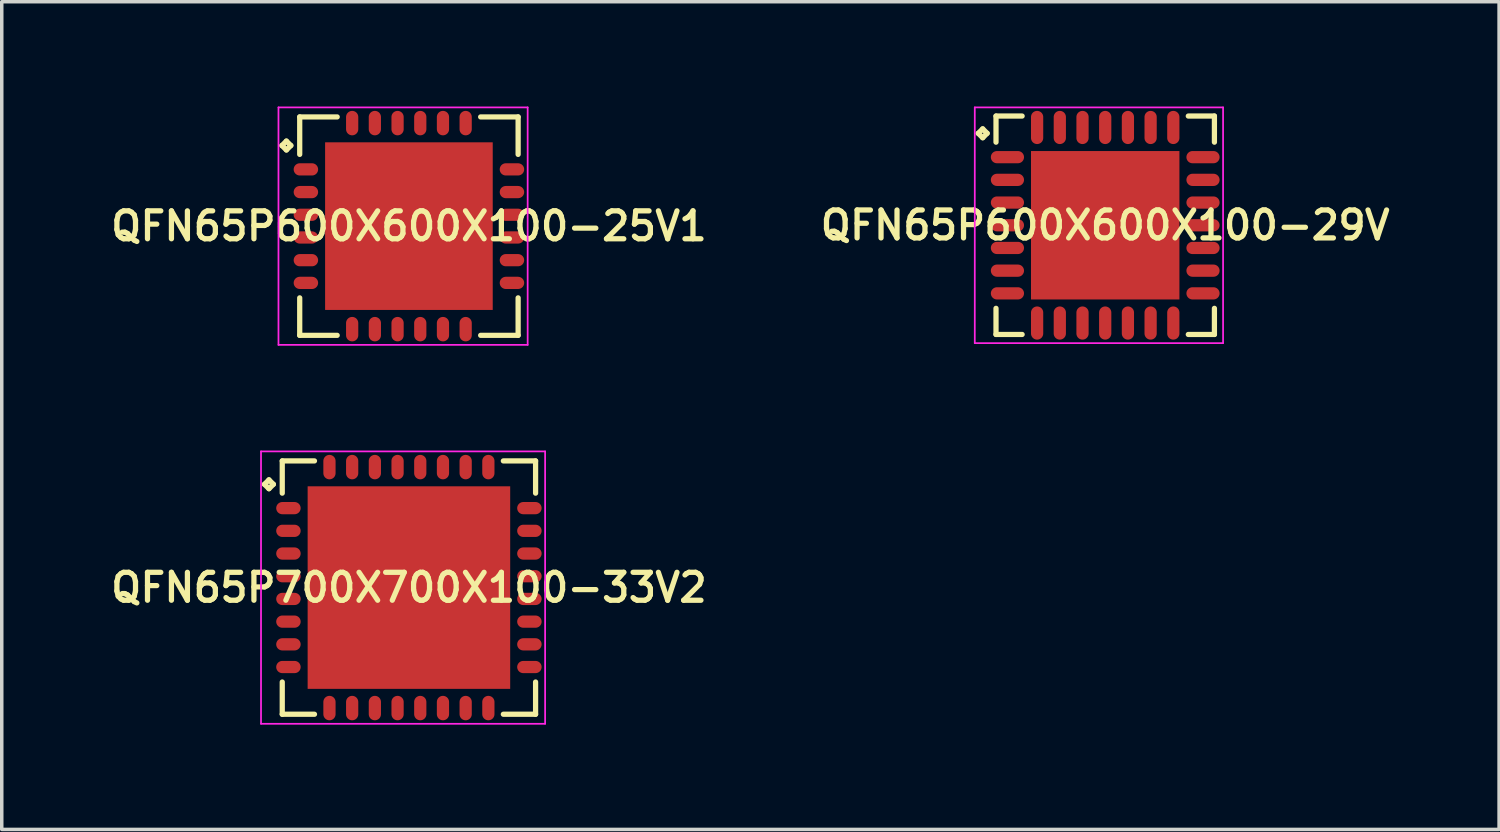
<source format=kicad_pcb>
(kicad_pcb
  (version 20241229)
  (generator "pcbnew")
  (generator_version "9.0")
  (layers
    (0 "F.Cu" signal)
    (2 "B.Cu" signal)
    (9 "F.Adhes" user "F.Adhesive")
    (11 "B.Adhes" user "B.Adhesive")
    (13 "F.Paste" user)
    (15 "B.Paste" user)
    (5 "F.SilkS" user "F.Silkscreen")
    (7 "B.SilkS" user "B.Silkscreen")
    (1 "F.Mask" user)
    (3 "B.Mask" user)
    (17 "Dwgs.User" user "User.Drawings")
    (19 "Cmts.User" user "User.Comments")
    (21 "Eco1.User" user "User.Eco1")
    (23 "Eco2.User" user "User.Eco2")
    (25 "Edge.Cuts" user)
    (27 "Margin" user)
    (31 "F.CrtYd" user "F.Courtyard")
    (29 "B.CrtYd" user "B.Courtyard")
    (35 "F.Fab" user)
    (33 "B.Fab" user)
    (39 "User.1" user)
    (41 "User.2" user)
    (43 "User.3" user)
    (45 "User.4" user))
  (footprint "QFN65P600X600X100-29V"
    (layer "F.Cu")
    (at 28.597 3.4)
    (property "Reference" "QFN65P600X600X100-29V" (at 0 0 0) (layer "F.SilkS") (effects (font (size 0.8 0.8) (thickness 0.15))))
    (attr smd)
    (fp_line (start -3.635 -2.633) (end -3.508 -2.76) (stroke (width 0.15) (type solid)) (layer "F.SilkS"))
    (fp_line (start -3.508 -2.76) (end -3.381 -2.633) (stroke (width 0.15) (type solid)) (layer "F.SilkS"))
    (fp_line (start -3.508 -2.506) (end -3.635 -2.633) (stroke (width 0.15) (type solid)) (layer "F.SilkS"))
    (fp_line (start -3.381 -2.633) (end -3.508 -2.506) (stroke (width 0.15) (type solid)) (layer "F.SilkS"))
    (fp_line (start -3.127 -3.127) (end -2.379 -3.127) (stroke (width 0.15) (type solid)) (layer "F.SilkS"))
    (fp_line (start -3.127 -2.379) (end -3.127 -3.127) (stroke (width 0.15) (type solid)) (layer "F.SilkS"))
    (fp_line (start -3.127 2.379) (end -3.127 3.127) (stroke (width 0.15) (type solid)) (layer "F.SilkS"))
    (fp_line (start -3.127 3.127) (end -2.379 3.127) (stroke (width 0.15) (type solid)) (layer "F.SilkS"))
    (fp_line (start 2.379 -3.127) (end 3.127 -3.127) (stroke (width 0.15) (type solid)) (layer "F.SilkS"))
    (fp_line (start 2.379 3.127) (end 3.127 3.127) (stroke (width 0.15) (type solid)) (layer "F.SilkS"))
    (fp_line (start 3.127 -3.127) (end 3.127 -2.379) (stroke (width 0.15) (type solid)) (layer "F.SilkS"))
    (fp_line (start 3.127 3.127) (end 3.127 2.379) (stroke (width 0.15) (type solid)) (layer "F.SilkS"))
    (fp_line (start -3.735 -3.375) (end 3.375 -3.375) (stroke (width 0.05) (type solid)) (layer "F.CrtYd"))
    (fp_line (start -3.735 3.375) (end -3.735 -3.375) (stroke (width 0.05) (type solid)) (layer "F.CrtYd"))
    (fp_line (start 3.375 -3.375) (end 3.375 3.375) (stroke (width 0.05) (type solid)) (layer "F.CrtYd"))
    (fp_line (start 3.375 3.375) (end -3.735 3.375) (stroke (width 0.05) (type solid)) (layer "F.CrtYd"))
    (pad "1" smd oval (at -2.8 -1.95) (size 0.95 0.35) (layers "F.Cu" "F.Mask" "F.Paste"))
    (pad "2" smd oval (at -2.8 -1.3) (size 0.95 0.35) (layers "F.Cu" "F.Mask" "F.Paste"))
    (pad "3" smd oval (at -2.8 -0.65) (size 0.95 0.35) (layers "F.Cu" "F.Mask" "F.Paste"))
    (pad "4" smd oval (at -2.8 0) (size 0.95 0.35) (layers "F.Cu" "F.Mask" "F.Paste"))
    (pad "5" smd oval (at -2.8 0.65) (size 0.95 0.35) (layers "F.Cu" "F.Mask" "F.Paste"))
    (pad "6" smd oval (at -2.8 1.3) (size 0.95 0.35) (layers "F.Cu" "F.Mask" "F.Paste"))
    (pad "7" smd oval (at -2.8 1.95) (size 0.95 0.35) (layers "F.Cu" "F.Mask" "F.Paste"))
    (pad "8" smd oval (at -1.95 2.8) (size 0.35 0.95) (layers "F.Cu" "F.Mask" "F.Paste"))
    (pad "9" smd oval (at -1.3 2.8) (size 0.35 0.95) (layers "F.Cu" "F.Mask" "F.Paste"))
    (pad "10" smd oval (at -0.65 2.8) (size 0.35 0.95) (layers "F.Cu" "F.Mask" "F.Paste"))
    (pad "11" smd oval (at 0 2.8) (size 0.35 0.95) (layers "F.Cu" "F.Mask" "F.Paste"))
    (pad "12" smd oval (at 0.65 2.8) (size 0.35 0.95) (layers "F.Cu" "F.Mask" "F.Paste"))
    (pad "13" smd oval (at 1.3 2.8) (size 0.35 0.95) (layers "F.Cu" "F.Mask" "F.Paste"))
    (pad "14" smd oval (at 1.95 2.8) (size 0.35 0.95) (layers "F.Cu" "F.Mask" "F.Paste"))
    (pad "15" smd oval (at 2.8 1.95) (size 0.95 0.35) (layers "F.Cu" "F.Mask" "F.Paste"))
    (pad "16" smd oval (at 2.8 1.3) (size 0.95 0.35) (layers "F.Cu" "F.Mask" "F.Paste"))
    (pad "17" smd oval (at 2.8 0.65) (size 0.95 0.35) (layers "F.Cu" "F.Mask" "F.Paste"))
    (pad "18" smd oval (at 2.8 0) (size 0.95 0.35) (layers "F.Cu" "F.Mask" "F.Paste"))
    (pad "19" smd oval (at 2.8 -0.65) (size 0.95 0.35) (layers "F.Cu" "F.Mask" "F.Paste"))
    (pad "20" smd oval (at 2.8 -1.3) (size 0.95 0.35) (layers "F.Cu" "F.Mask" "F.Paste"))
    (pad "21" smd oval (at 2.8 -1.95) (size 0.95 0.35) (layers "F.Cu" "F.Mask" "F.Paste"))
    (pad "22" smd oval (at 1.95 -2.8) (size 0.35 0.95) (layers "F.Cu" "F.Mask" "F.Paste"))
    (pad "23" smd oval (at 1.3 -2.8) (size 0.35 0.95) (layers "F.Cu" "F.Mask" "F.Paste"))
    (pad "24" smd oval (at 0.65 -2.8) (size 0.35 0.95) (layers "F.Cu" "F.Mask" "F.Paste"))
    (pad "25" smd oval (at 0 -2.8) (size 0.35 0.95) (layers "F.Cu" "F.Mask" "F.Paste"))
    (pad "26" smd oval (at -0.65 -2.8) (size 0.35 0.95) (layers "F.Cu" "F.Mask" "F.Paste"))
    (pad "27" smd oval (at -1.3 -2.8) (size 0.35 0.95) (layers "F.Cu" "F.Mask" "F.Paste"))
    (pad "28" smd oval (at -1.95 -2.8) (size 0.35 0.95) (layers "F.Cu" "F.Mask" "F.Paste"))
    (pad "29" smd rect (at 0 0) (size 4.25 4.25) (layers "F.Cu" "F.Mask" "F.Paste")))
  (footprint "QFN65P700X700X100-33V2"
    (layer "F.Cu")
    (at 8.659 13.775)
    (property "Reference" "QFN65P700X700X100-33V2" (at 0 0 0) (layer "F.SilkS") (effects (font (size 0.8 0.8) (thickness 0.15))))
    (attr smd)
    (fp_line (start -4.135 -2.958) (end -4.008 -3.085) (stroke (width 0.15) (type solid)) (layer "F.SilkS"))
    (fp_line (start -4.008 -3.085) (end -3.881 -2.958) (stroke (width 0.15) (type solid)) (layer "F.SilkS"))
    (fp_line (start -4.008 -2.831) (end -4.135 -2.958) (stroke (width 0.15) (type solid)) (layer "F.SilkS"))
    (fp_line (start -3.881 -2.958) (end -4.008 -2.831) (stroke (width 0.15) (type solid)) (layer "F.SilkS"))
    (fp_line (start -3.627 -3.627) (end -2.704 -3.627) (stroke (width 0.15) (type solid)) (layer "F.SilkS"))
    (fp_line (start -3.627 -2.704) (end -3.627 -3.627) (stroke (width 0.15) (type solid)) (layer "F.SilkS"))
    (fp_line (start -3.627 2.704) (end -3.627 3.627) (stroke (width 0.15) (type solid)) (layer "F.SilkS"))
    (fp_line (start -3.627 3.627) (end -2.704 3.627) (stroke (width 0.15) (type solid)) (layer "F.SilkS"))
    (fp_line (start 2.704 -3.627) (end 3.627 -3.627) (stroke (width 0.15) (type solid)) (layer "F.SilkS"))
    (fp_line (start 2.704 3.627) (end 3.627 3.627) (stroke (width 0.15) (type solid)) (layer "F.SilkS"))
    (fp_line (start 3.627 -3.627) (end 3.627 -2.704) (stroke (width 0.15) (type solid)) (layer "F.SilkS"))
    (fp_line (start 3.627 3.627) (end 3.627 2.704) (stroke (width 0.15) (type solid)) (layer "F.SilkS"))
    (fp_line (start -4.235 -3.9) (end 3.9 -3.9) (stroke (width 0.05) (type solid)) (layer "F.CrtYd"))
    (fp_line (start -4.235 3.9) (end -4.235 -3.9) (stroke (width 0.05) (type solid)) (layer "F.CrtYd"))
    (fp_line (start 3.9 -3.9) (end 3.9 3.9) (stroke (width 0.05) (type solid)) (layer "F.CrtYd"))
    (fp_line (start 3.9 3.9) (end -4.235 3.9) (stroke (width 0.05) (type solid)) (layer "F.CrtYd"))
    (pad "1" smd oval (at -3.45 -2.275) (size 0.7 0.35) (layers "F.Cu" "F.Mask" "F.Paste"))
    (pad "2" smd oval (at -3.45 -1.625) (size 0.7 0.35) (layers "F.Cu" "F.Mask" "F.Paste"))
    (pad "3" smd oval (at -3.45 -0.975) (size 0.7 0.35) (layers "F.Cu" "F.Mask" "F.Paste"))
    (pad "4" smd oval (at -3.45 -0.325) (size 0.7 0.35) (layers "F.Cu" "F.Mask" "F.Paste"))
    (pad "5" smd oval (at -3.45 0.325) (size 0.7 0.35) (layers "F.Cu" "F.Mask" "F.Paste"))
    (pad "6" smd oval (at -3.45 0.975) (size 0.7 0.35) (layers "F.Cu" "F.Mask" "F.Paste"))
    (pad "7" smd oval (at -3.45 1.625) (size 0.7 0.35) (layers "F.Cu" "F.Mask" "F.Paste"))
    (pad "8" smd oval (at -3.45 2.275) (size 0.7 0.35) (layers "F.Cu" "F.Mask" "F.Paste"))
    (pad "9" smd oval (at -2.275 3.45) (size 0.35 0.7) (layers "F.Cu" "F.Mask" "F.Paste"))
    (pad "10" smd oval (at -1.625 3.45) (size 0.35 0.7) (layers "F.Cu" "F.Mask" "F.Paste"))
    (pad "11" smd oval (at -0.975 3.45) (size 0.35 0.7) (layers "F.Cu" "F.Mask" "F.Paste"))
    (pad "12" smd oval (at -0.325 3.45) (size 0.35 0.7) (layers "F.Cu" "F.Mask" "F.Paste"))
    (pad "13" smd oval (at 0.325 3.45) (size 0.35 0.7) (layers "F.Cu" "F.Mask" "F.Paste"))
    (pad "14" smd oval (at 0.975 3.45) (size 0.35 0.7) (layers "F.Cu" "F.Mask" "F.Paste"))
    (pad "15" smd oval (at 1.625 3.45) (size 0.35 0.7) (layers "F.Cu" "F.Mask" "F.Paste"))
    (pad "16" smd oval (at 2.275 3.45) (size 0.35 0.7) (layers "F.Cu" "F.Mask" "F.Paste"))
    (pad "17" smd oval (at 3.45 2.275) (size 0.7 0.35) (layers "F.Cu" "F.Mask" "F.Paste"))
    (pad "18" smd oval (at 3.45 1.625) (size 0.7 0.35) (layers "F.Cu" "F.Mask" "F.Paste"))
    (pad "19" smd oval (at 3.45 0.975) (size 0.7 0.35) (layers "F.Cu" "F.Mask" "F.Paste"))
    (pad "20" smd oval (at 3.45 0.325) (size 0.7 0.35) (layers "F.Cu" "F.Mask" "F.Paste"))
    (pad "21" smd oval (at 3.45 -0.325) (size 0.7 0.35) (layers "F.Cu" "F.Mask" "F.Paste"))
    (pad "22" smd oval (at 3.45 -0.975) (size 0.7 0.35) (layers "F.Cu" "F.Mask" "F.Paste"))
    (pad "23" smd oval (at 3.45 -1.625) (size 0.7 0.35) (layers "F.Cu" "F.Mask" "F.Paste"))
    (pad "24" smd oval (at 3.45 -2.275) (size 0.7 0.35) (layers "F.Cu" "F.Mask" "F.Paste"))
    (pad "25" smd oval (at 2.275 -3.45) (size 0.35 0.7) (layers "F.Cu" "F.Mask" "F.Paste"))
    (pad "26" smd oval (at 1.625 -3.45) (size 0.35 0.7) (layers "F.Cu" "F.Mask" "F.Paste"))
    (pad "27" smd oval (at 0.975 -3.45) (size 0.35 0.7) (layers "F.Cu" "F.Mask" "F.Paste"))
    (pad "28" smd oval (at 0.325 -3.45) (size 0.35 0.7) (layers "F.Cu" "F.Mask" "F.Paste"))
    (pad "29" smd oval (at -0.325 -3.45) (size 0.35 0.7) (layers "F.Cu" "F.Mask" "F.Paste"))
    (pad "30" smd oval (at -0.975 -3.45) (size 0.35 0.7) (layers "F.Cu" "F.Mask" "F.Paste"))
    (pad "31" smd oval (at -1.625 -3.45) (size 0.35 0.7) (layers "F.Cu" "F.Mask" "F.Paste"))
    (pad "32" smd oval (at -2.275 -3.45) (size 0.35 0.7) (layers "F.Cu" "F.Mask" "F.Paste"))
    (pad "33" smd rect (at 0 0) (size 5.8 5.8) (layers "F.Cu" "F.Mask" "F.Paste")))
  (footprint "QFN65P600X600X100-25V1"
    (layer "F.Cu")
    (at 8.659 3.425)
    (property "Reference" "QFN65P600X600X100-25V1" (at 0 0 0) (layer "F.SilkS") (effects (font (size 0.8 0.8) (thickness 0.15))))
    (attr smd)
    (fp_line (start -3.635 -2.308) (end -3.508 -2.435) (stroke (width 0.15) (type solid)) (layer "F.SilkS"))
    (fp_line (start -3.508 -2.435) (end -3.381 -2.308) (stroke (width 0.15) (type solid)) (layer "F.SilkS"))
    (fp_line (start -3.508 -2.181) (end -3.635 -2.308) (stroke (width 0.15) (type solid)) (layer "F.SilkS"))
    (fp_line (start -3.381 -2.308) (end -3.508 -2.181) (stroke (width 0.15) (type solid)) (layer "F.SilkS"))
    (fp_line (start -3.127 -3.127) (end -2.054 -3.127) (stroke (width 0.15) (type solid)) (layer "F.SilkS"))
    (fp_line (start -3.127 -2.054) (end -3.127 -3.127) (stroke (width 0.15) (type solid)) (layer "F.SilkS"))
    (fp_line (start -3.127 2.054) (end -3.127 3.127) (stroke (width 0.15) (type solid)) (layer "F.SilkS"))
    (fp_line (start -3.127 3.127) (end -2.054 3.127) (stroke (width 0.15) (type solid)) (layer "F.SilkS"))
    (fp_line (start 2.054 -3.127) (end 3.127 -3.127) (stroke (width 0.15) (type solid)) (layer "F.SilkS"))
    (fp_line (start 2.054 3.127) (end 3.127 3.127) (stroke (width 0.15) (type solid)) (layer "F.SilkS"))
    (fp_line (start 3.127 -3.127) (end 3.127 -2.054) (stroke (width 0.15) (type solid)) (layer "F.SilkS"))
    (fp_line (start 3.127 3.127) (end 3.127 2.054) (stroke (width 0.15) (type solid)) (layer "F.SilkS"))
    (fp_line (start -3.735 -3.4) (end 3.4 -3.4) (stroke (width 0.05) (type solid)) (layer "F.CrtYd"))
    (fp_line (start -3.735 3.4) (end -3.735 -3.4) (stroke (width 0.05) (type solid)) (layer "F.CrtYd"))
    (fp_line (start 3.4 -3.4) (end 3.4 3.4) (stroke (width 0.05) (type solid)) (layer "F.CrtYd"))
    (fp_line (start 3.4 3.4) (end -3.735 3.4) (stroke (width 0.05) (type solid)) (layer "F.CrtYd"))
    (pad "1" smd oval (at -2.95 -1.625) (size 0.7 0.35) (layers "F.Cu" "F.Mask" "F.Paste"))
    (pad "2" smd oval (at -2.95 -0.975) (size 0.7 0.35) (layers "F.Cu" "F.Mask" "F.Paste"))
    (pad "3" smd oval (at -2.95 -0.325) (size 0.7 0.35) (layers "F.Cu" "F.Mask" "F.Paste"))
    (pad "4" smd oval (at -2.95 0.325) (size 0.7 0.35) (layers "F.Cu" "F.Mask" "F.Paste"))
    (pad "5" smd oval (at -2.95 0.975) (size 0.7 0.35) (layers "F.Cu" "F.Mask" "F.Paste"))
    (pad "6" smd oval (at -2.95 1.625) (size 0.7 0.35) (layers "F.Cu" "F.Mask" "F.Paste"))
    (pad "7" smd oval (at -1.625 2.95) (size 0.35 0.7) (layers "F.Cu" "F.Mask" "F.Paste"))
    (pad "8" smd oval (at -0.975 2.95) (size 0.35 0.7) (layers "F.Cu" "F.Mask" "F.Paste"))
    (pad "9" smd oval (at -0.325 2.95) (size 0.35 0.7) (layers "F.Cu" "F.Mask" "F.Paste"))
    (pad "10" smd oval (at 0.325 2.95) (size 0.35 0.7) (layers "F.Cu" "F.Mask" "F.Paste"))
    (pad "11" smd oval (at 0.975 2.95) (size 0.35 0.7) (layers "F.Cu" "F.Mask" "F.Paste"))
    (pad "12" smd oval (at 1.625 2.95) (size 0.35 0.7) (layers "F.Cu" "F.Mask" "F.Paste"))
    (pad "13" smd oval (at 2.95 1.625) (size 0.7 0.35) (layers "F.Cu" "F.Mask" "F.Paste"))
    (pad "14" smd oval (at 2.95 0.975) (size 0.7 0.35) (layers "F.Cu" "F.Mask" "F.Paste"))
    (pad "15" smd oval (at 2.95 0.325) (size 0.7 0.35) (layers "F.Cu" "F.Mask" "F.Paste"))
    (pad "16" smd oval (at 2.95 -0.325) (size 0.7 0.35) (layers "F.Cu" "F.Mask" "F.Paste"))
    (pad "17" smd oval (at 2.95 -0.975) (size 0.7 0.35) (layers "F.Cu" "F.Mask" "F.Paste"))
    (pad "18" smd oval (at 2.95 -1.625) (size 0.7 0.35) (layers "F.Cu" "F.Mask" "F.Paste"))
    (pad "19" smd oval (at 1.625 -2.95) (size 0.35 0.7) (layers "F.Cu" "F.Mask" "F.Paste"))
    (pad "20" smd oval (at 0.975 -2.95) (size 0.35 0.7) (layers "F.Cu" "F.Mask" "F.Paste"))
    (pad "21" smd oval (at 0.325 -2.95) (size 0.35 0.7) (layers "F.Cu" "F.Mask" "F.Paste"))
    (pad "22" smd oval (at -0.325 -2.95) (size 0.35 0.7) (layers "F.Cu" "F.Mask" "F.Paste"))
    (pad "23" smd oval (at -0.975 -2.95) (size 0.35 0.7) (layers "F.Cu" "F.Mask" "F.Paste"))
    (pad "24" smd oval (at -1.625 -2.95) (size 0.35 0.7) (layers "F.Cu" "F.Mask" "F.Paste"))
    (pad "25" smd rect (at 0 0) (size 4.8 4.8) (layers "F.Cu" "F.Mask" "F.Paste")))
  (gr_rect
    (start -3 -3)
    (end 39.875 20.7)
    (stroke (width 0.1) (type default))
    (fill no)
    (layer "Edge.Cuts")))
</source>
